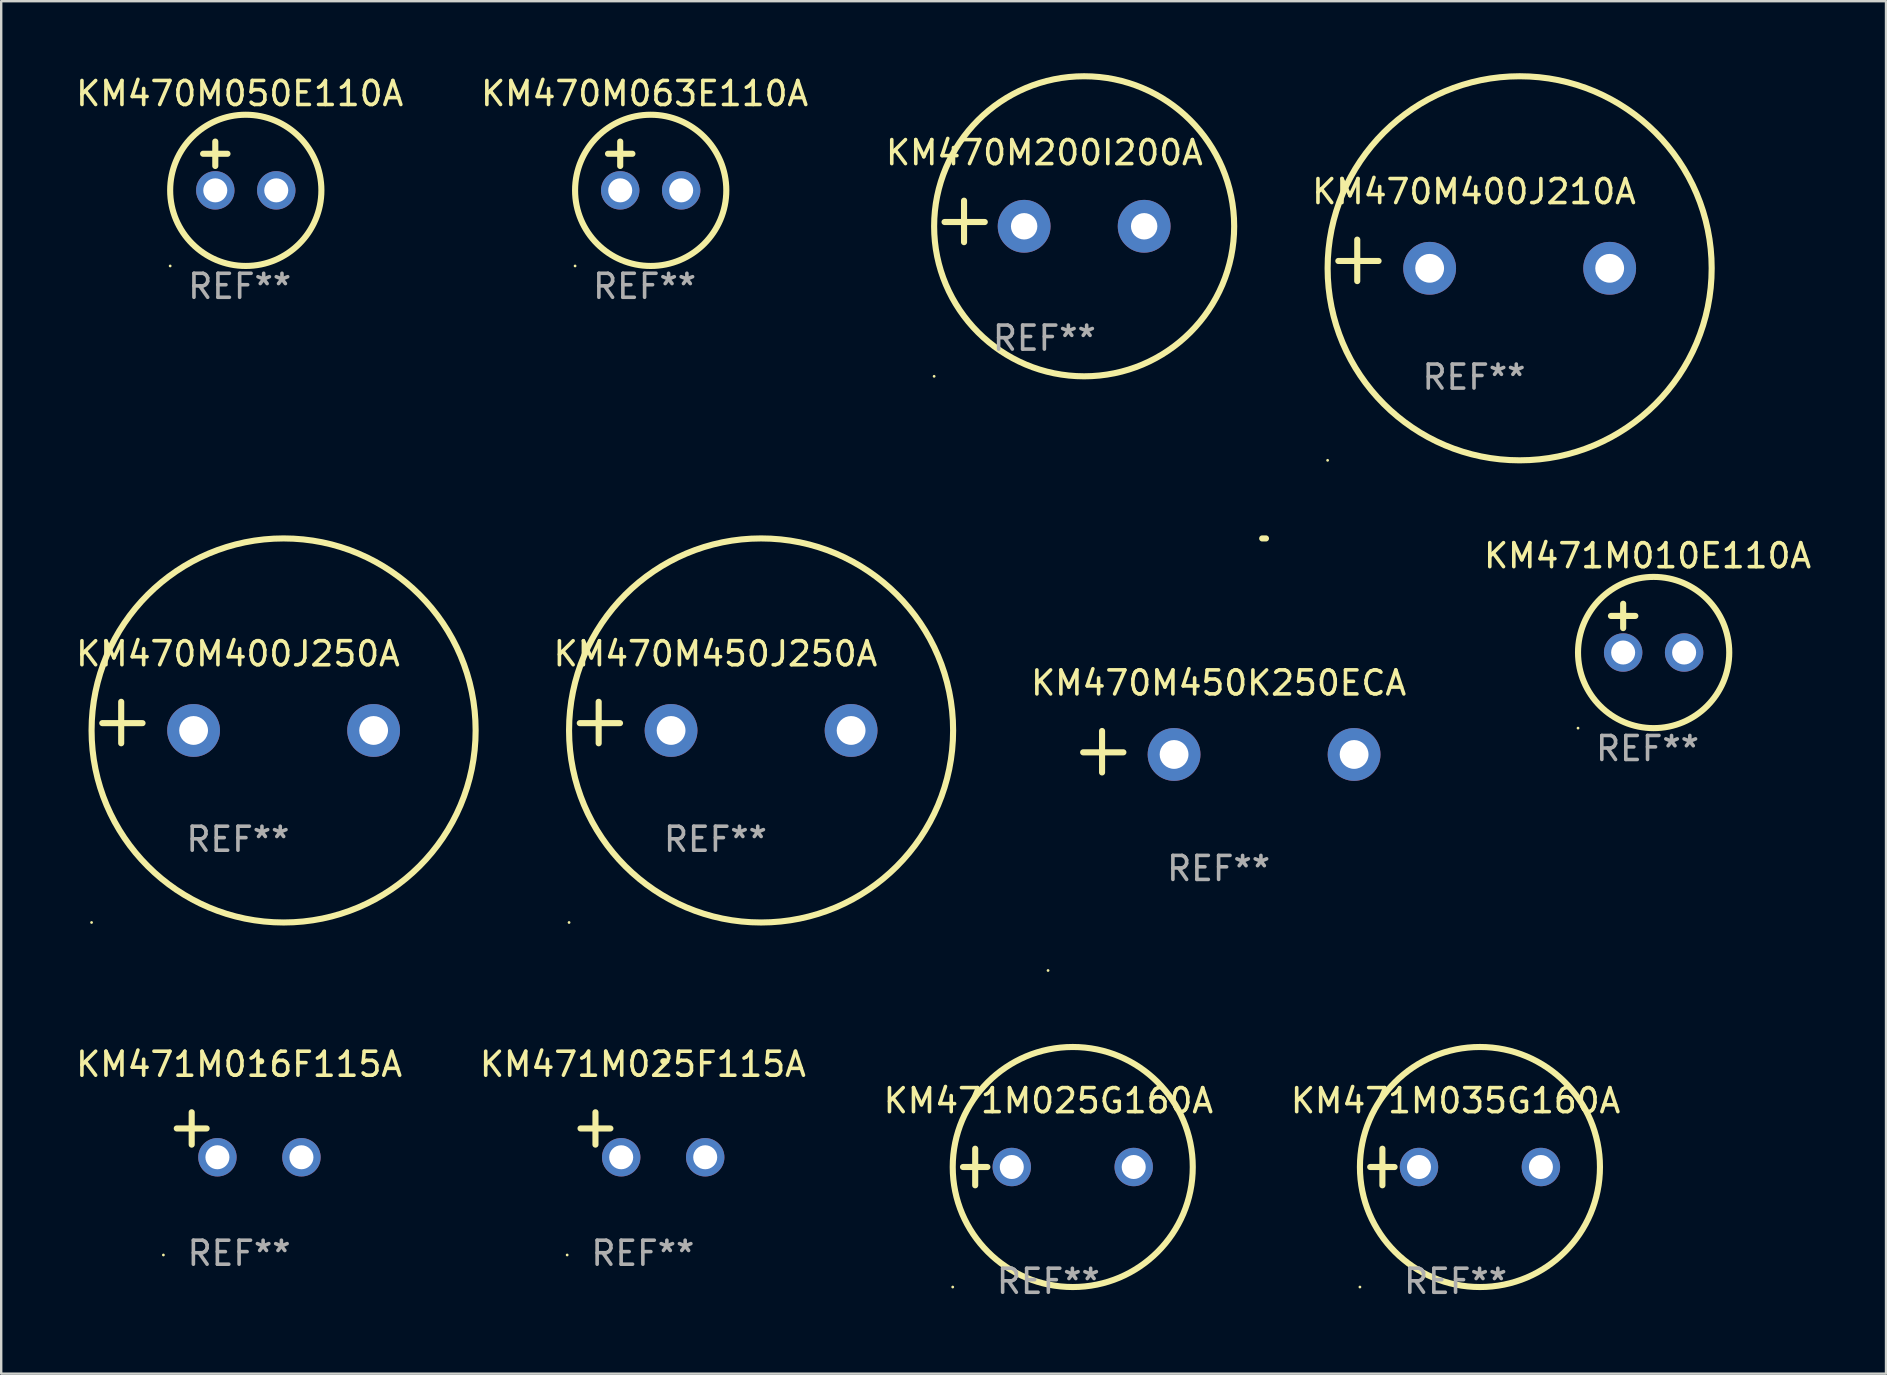
<source format=kicad_pcb>
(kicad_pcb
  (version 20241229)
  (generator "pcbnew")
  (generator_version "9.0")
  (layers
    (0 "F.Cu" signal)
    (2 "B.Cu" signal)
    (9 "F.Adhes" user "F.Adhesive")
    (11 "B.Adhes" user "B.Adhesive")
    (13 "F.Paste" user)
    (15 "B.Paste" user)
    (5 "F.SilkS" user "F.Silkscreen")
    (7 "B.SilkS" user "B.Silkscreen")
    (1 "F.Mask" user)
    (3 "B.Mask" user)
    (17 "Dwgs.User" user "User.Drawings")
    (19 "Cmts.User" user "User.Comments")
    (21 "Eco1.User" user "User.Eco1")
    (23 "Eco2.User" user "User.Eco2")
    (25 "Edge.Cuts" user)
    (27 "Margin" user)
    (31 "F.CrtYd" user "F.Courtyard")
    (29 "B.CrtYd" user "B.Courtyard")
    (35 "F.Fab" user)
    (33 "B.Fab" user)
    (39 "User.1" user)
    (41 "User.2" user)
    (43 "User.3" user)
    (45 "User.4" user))
  (footprint "KM470M200I200A"
    (layer "F.Cu")
    (at 40.458 6.174)
    (property "Reference" "KM470M200I200A" (at 0 -2.864 0) (layer "F.SilkS") (effects (font (size 1 1) (thickness 0.15))))
    (attr through_hole)
    (fp_line (start -3.346 0.864) (end -3.346 -0.864) (stroke (width 0.254) (type solid)) (layer "F.SilkS"))
    (fp_line (start -2.482 0.025) (end -4.158 0.025) (stroke (width 0.254) (type solid)) (layer "F.SilkS"))
    (fp_circle (center -4.592 6.453) (end -4.562 6.453) (stroke (width 0.06) (type solid)) (fill no) (layer "F.SilkS"))
    (fp_circle (center 1.658 0.203) (end 7.908 0.203) (stroke (width 0.254) (type solid)) (fill no) (layer "F.SilkS"))
    (fp_text user "REF**" (at 0 4.864 0) (layer "F.Fab") (effects (font (size 1 1) (thickness 0.15))))
    (pad "1" thru_hole circle (at -0.842 0.203) (size 2.2 2.2) (drill 1.1) (layers "*.Cu" "*.Mask"))
    (pad "2" thru_hole circle (at 4.158 0.203) (size 2.2 2.2) (drill 1.1) (layers "*.Cu" "*.Mask")))
  (footprint "KM470M450K250ECA"
    (layer "F.Cu")
    (at 47.718 28.267)
    (property "Reference" "KM470M450K250ECA" (at 0 -2.864 0) (layer "F.SilkS") (effects (font (size 1 1) (thickness 0.15))))
    (attr through_hole)
    (fp_line (start -4.856 0.864) (end -4.856 -0.864) (stroke (width 0.254) (type solid)) (layer "F.SilkS"))
    (fp_line (start -3.967 0.025) (end -5.644 0.025) (stroke (width 0.254) (type solid)) (layer "F.SilkS"))
    (fp_arc (start 1.815024 -8.885649) (mid 1.893764 -8.88599) (end 1.972504 -8.885649) (stroke (width 0.254001) (type solid)) (layer "F.SilkS"))
    (fp_circle (center -7.106 9.114) (end -7.076 9.114) (stroke (width 0.06) (type solid)) (fill no) (layer "F.SilkS"))
    (fp_text user "REF**" (at 0 4.864 0) (layer "F.Fab") (effects (font (size 1 1) (thickness 0.15))))
    (pad "1" thru_hole circle (at -1.856 0.114) (size 2.2 2.2) (drill 1.2) (layers "*.Cu" "*.Mask"))
    (pad "2" thru_hole circle (at 5.644 0.114) (size 2.2 2.2) (drill 1.2) (layers "*.Cu" "*.Mask")))
  (footprint "KM470M050E110A"
    (layer "F.Cu")
    (at 6.935 3.864)
    (property "Reference" "KM470M050E110A" (at 0 -3.016 0) (layer "F.SilkS") (effects (font (size 1 1) (thickness 0.15))))
    (attr through_hole)
    (fp_line (start -1.524 -0.508) (end -0.508 -0.508) (stroke (width 0.254) (type solid)) (layer "F.SilkS"))
    (fp_line (start -1.016 -1.016) (end -1.016 0) (stroke (width 0.254) (type solid)) (layer "F.SilkS"))
    (fp_circle (center -2.896 4.166) (end -2.866 4.166) (stroke (width 0.06) (type solid)) (fill no) (layer "F.SilkS"))
    (fp_circle (center 0.254 1.016) (end 3.404 1.016) (stroke (width 0.254) (type solid)) (fill no) (layer "F.SilkS"))
    (fp_text user "REF**" (at 0 5.016 0) (layer "F.Fab") (effects (font (size 1 1) (thickness 0.15))))
    (pad "1" thru_hole circle (at -1.016 1.016) (size 1.6 1.6) (drill 1) (layers "*.Cu" "*.Mask"))
    (pad "2" thru_hole circle (at 1.524 1.016) (size 1.6 1.6) (drill 1) (layers "*.Cu" "*.Mask")))
  (footprint "KM470M063E110A"
    (layer "F.Cu")
    (at 23.804 3.864)
    (property "Reference" "KM470M063E110A" (at 0 -3.016 0) (layer "F.SilkS") (effects (font (size 1 1) (thickness 0.15))))
    (attr through_hole)
    (fp_line (start -1.524 -0.508) (end -0.508 -0.508) (stroke (width 0.254) (type solid)) (layer "F.SilkS"))
    (fp_line (start -1.016 -1.016) (end -1.016 0) (stroke (width 0.254) (type solid)) (layer "F.SilkS"))
    (fp_circle (center -2.896 4.166) (end -2.866 4.166) (stroke (width 0.06) (type solid)) (fill no) (layer "F.SilkS"))
    (fp_circle (center 0.254 1.016) (end 3.404 1.016) (stroke (width 0.254) (type solid)) (fill no) (layer "F.SilkS"))
    (fp_text user "REF**" (at 0 5.016 0) (layer "F.Fab") (effects (font (size 1 1) (thickness 0.15))))
    (pad "1" thru_hole circle (at -1.016 1.016) (size 1.6 1.6) (drill 1) (layers "*.Cu" "*.Mask"))
    (pad "2" thru_hole circle (at 1.524 1.016) (size 1.6 1.6) (drill 1) (layers "*.Cu" "*.Mask")))
  (footprint "KM471M025G160A"
    (layer "F.Cu")
    (at 40.625 45.568)
    (property "Reference" "KM471M025G160A" (at 0 -2.762 0) (layer "F.SilkS") (effects (font (size 1 1) (thickness 0.15))))
    (attr through_hole)
    (fp_line (start -3.556 0) (end -2.54 0) (stroke (width 0.254) (type solid)) (layer "F.SilkS"))
    (fp_line (start -3.048 -0.762) (end -3.048 0.762) (stroke (width 0.254) (type solid)) (layer "F.SilkS"))
    (fp_circle (center -3.984 5) (end -3.954 5) (stroke (width 0.06) (type solid)) (fill no) (layer "F.SilkS"))
    (fp_circle (center 1.016 0) (end 6.016 0) (stroke (width 0.254) (type solid)) (fill no) (layer "F.SilkS"))
    (fp_text user "REF**" (at 0 4.762 0) (layer "F.Fab") (effects (font (size 1 1) (thickness 0.15))))
    (pad "1" thru_hole circle (at -1.524 0) (size 1.6 1.6) (drill 1) (layers "*.Cu" "*.Mask"))
    (pad "2" thru_hole circle (at 3.556 0) (size 1.6 1.6) (drill 1) (layers "*.Cu" "*.Mask")))
  (footprint "KM471M025F115A"
    (layer "F.Cu")
    (at 23.732 44.225)
    (property "Reference" "KM471M025F115A" (at 0 -2.937 0) (layer "F.SilkS") (effects (font (size 1 1) (thickness 0.15))))
    (attr through_hole)
    (fp_line (start -1.975 0.41) (end -1.975 -0.937) (stroke (width 0.254) (type solid)) (layer "F.SilkS"))
    (fp_line (start -1.353 -0.263) (end -2.597 -0.263) (stroke (width 0.254) (type solid)) (layer "F.SilkS"))
    (fp_arc (start 0.849809 -3.063957) (mid 0.885369 -3.064114) (end 0.920929 -3.063957) (stroke (width 0.254001) (type solid)) (layer "F.SilkS"))
    (fp_circle (center -3.154 5.008) (end -3.124 5.008) (stroke (width 0.06) (type solid)) (fill no) (layer "F.SilkS"))
    (fp_text user "REF**" (at 0 4.937 0) (layer "F.Fab") (effects (font (size 1 1) (thickness 0.15))))
    (pad "1" thru_hole circle (at -0.903 0.937) (size 1.6 1.6) (drill 1) (layers "*.Cu" "*.Mask"))
    (pad "2" thru_hole circle (at 2.597 0.937) (size 1.6 1.6) (drill 1) (layers "*.Cu" "*.Mask")))
  (footprint "KM470M400J210A"
    (layer "F.Cu")
    (at 58.357 7.797)
    (property "Reference" "KM470M400J210A" (at 0 -2.864 0) (layer "F.SilkS") (effects (font (size 1 1) (thickness 0.15))))
    (attr through_hole)
    (fp_line (start -4.864 0.864) (end -4.864 -0.864) (stroke (width 0.254) (type solid)) (layer "F.SilkS"))
    (fp_line (start -3.975 0.025) (end -5.652 0.025) (stroke (width 0.254) (type solid)) (layer "F.SilkS"))
    (fp_circle (center -6.098 8.33) (end -6.068 8.33) (stroke (width 0.06) (type solid)) (fill no) (layer "F.SilkS"))
    (fp_circle (center 1.902 0.33) (end 9.902 0.33) (stroke (width 0.254) (type solid)) (fill no) (layer "F.SilkS"))
    (fp_text user "REF**" (at 0 4.864 0) (layer "F.Fab") (effects (font (size 1 1) (thickness 0.15))))
    (pad "1" thru_hole circle (at -1.848 0.33) (size 2.2 2.2) (drill 1.2) (layers "*.Cu" "*.Mask"))
    (pad "2" thru_hole circle (at 5.652 0.33) (size 2.2 2.2) (drill 1.2) (layers "*.Cu" "*.Mask")))
  (footprint "KM471M010E110A"
    (layer "F.Cu")
    (at 65.587 23.118)
    (property "Reference" "KM471M010E110A" (at 0 -3.016 0) (layer "F.SilkS") (effects (font (size 1 1) (thickness 0.15))))
    (attr through_hole)
    (fp_line (start -1.524 -0.508) (end -0.508 -0.508) (stroke (width 0.254) (type solid)) (layer "F.SilkS"))
    (fp_line (start -1.016 -1.016) (end -1.016 0) (stroke (width 0.254) (type solid)) (layer "F.SilkS"))
    (fp_circle (center -2.896 4.166) (end -2.866 4.166) (stroke (width 0.06) (type solid)) (fill no) (layer "F.SilkS"))
    (fp_circle (center 0.254 1.016) (end 3.404 1.016) (stroke (width 0.254) (type solid)) (fill no) (layer "F.SilkS"))
    (fp_text user "REF**" (at 0 5.016 0) (layer "F.Fab") (effects (font (size 1 1) (thickness 0.15))))
    (pad "1" thru_hole circle (at -1.016 1.016) (size 1.6 1.6) (drill 1) (layers "*.Cu" "*.Mask"))
    (pad "2" thru_hole circle (at 1.524 1.016) (size 1.6 1.6) (drill 1) (layers "*.Cu" "*.Mask")))
  (footprint "KM471M016F115A"
    (layer "F.Cu")
    (at 6.911 44.225)
    (property "Reference" "KM471M016F115A" (at 0 -2.937 0) (layer "F.SilkS") (effects (font (size 1 1) (thickness 0.15))))
    (attr through_hole)
    (fp_line (start -1.975 0.41) (end -1.975 -0.937) (stroke (width 0.254) (type solid)) (layer "F.SilkS"))
    (fp_line (start -1.353 -0.263) (end -2.597 -0.263) (stroke (width 0.254) (type solid)) (layer "F.SilkS"))
    (fp_arc (start 0.849809 -3.063957) (mid 0.885369 -3.064114) (end 0.920929 -3.063957) (stroke (width 0.254001) (type solid)) (layer "F.SilkS"))
    (fp_circle (center -3.154 5.008) (end -3.124 5.008) (stroke (width 0.06) (type solid)) (fill no) (layer "F.SilkS"))
    (fp_text user "REF**" (at 0 4.937 0) (layer "F.Fab") (effects (font (size 1 1) (thickness 0.15))))
    (pad "1" thru_hole circle (at -0.903 0.937) (size 1.6 1.6) (drill 1) (layers "*.Cu" "*.Mask"))
    (pad "2" thru_hole circle (at 2.597 0.937) (size 1.6 1.6) (drill 1) (layers "*.Cu" "*.Mask")))
  (footprint "KM470M450J250A"
    (layer "F.Cu")
    (at 26.755 27.051)
    (property "Reference" "KM470M450J250A" (at 0 -2.864 0) (layer "F.SilkS") (effects (font (size 1 1) (thickness 0.15))))
    (attr through_hole)
    (fp_line (start -4.864 0.864) (end -4.864 -0.864) (stroke (width 0.254) (type solid)) (layer "F.SilkS"))
    (fp_line (start -3.975 0.025) (end -5.652 0.025) (stroke (width 0.254) (type solid)) (layer "F.SilkS"))
    (fp_circle (center -6.098 8.33) (end -6.068 8.33) (stroke (width 0.06) (type solid)) (fill no) (layer "F.SilkS"))
    (fp_circle (center 1.902 0.33) (end 9.902 0.33) (stroke (width 0.254) (type solid)) (fill no) (layer "F.SilkS"))
    (fp_text user "REF**" (at 0 4.864 0) (layer "F.Fab") (effects (font (size 1 1) (thickness 0.15))))
    (pad "1" thru_hole circle (at -1.848 0.33) (size 2.2 2.2) (drill 1.2) (layers "*.Cu" "*.Mask"))
    (pad "2" thru_hole circle (at 5.652 0.33) (size 2.2 2.2) (drill 1.2) (layers "*.Cu" "*.Mask")))
  (footprint "KM470M400J250A"
    (layer "F.Cu")
    (at 6.863 27.051)
    (property "Reference" "KM470M400J250A" (at 0 -2.864 0) (layer "F.SilkS") (effects (font (size 1 1) (thickness 0.15))))
    (attr through_hole)
    (fp_line (start -4.864 0.864) (end -4.864 -0.864) (stroke (width 0.254) (type solid)) (layer "F.SilkS"))
    (fp_line (start -3.975 0.025) (end -5.652 0.025) (stroke (width 0.254) (type solid)) (layer "F.SilkS"))
    (fp_circle (center -6.098 8.33) (end -6.068 8.33) (stroke (width 0.06) (type solid)) (fill no) (layer "F.SilkS"))
    (fp_circle (center 1.902 0.33) (end 9.902 0.33) (stroke (width 0.254) (type solid)) (fill no) (layer "F.SilkS"))
    (fp_text user "REF**" (at 0 4.864 0) (layer "F.Fab") (effects (font (size 1 1) (thickness 0.15))))
    (pad "1" thru_hole circle (at -1.848 0.33) (size 2.2 2.2) (drill 1.2) (layers "*.Cu" "*.Mask"))
    (pad "2" thru_hole circle (at 5.652 0.33) (size 2.2 2.2) (drill 1.2) (layers "*.Cu" "*.Mask")))
  (footprint "KM471M035G160A"
    (layer "F.Cu")
    (at 57.589 45.568)
    (property "Reference" "KM471M035G160A" (at 0 -2.762 0) (layer "F.SilkS") (effects (font (size 1 1) (thickness 0.15))))
    (attr through_hole)
    (fp_line (start -3.556 0) (end -2.54 0) (stroke (width 0.254) (type solid)) (layer "F.SilkS"))
    (fp_line (start -3.048 -0.762) (end -3.048 0.762) (stroke (width 0.254) (type solid)) (layer "F.SilkS"))
    (fp_circle (center -3.984 5) (end -3.954 5) (stroke (width 0.06) (type solid)) (fill no) (layer "F.SilkS"))
    (fp_circle (center 1.016 0) (end 6.016 0) (stroke (width 0.254) (type solid)) (fill no) (layer "F.SilkS"))
    (fp_text user "REF**" (at 0 4.762 0) (layer "F.Fab") (effects (font (size 1 1) (thickness 0.15))))
    (pad "1" thru_hole circle (at -1.524 0) (size 1.6 1.6) (drill 1) (layers "*.Cu" "*.Mask"))
    (pad "2" thru_hole circle (at 3.556 0) (size 1.6 1.6) (drill 1) (layers "*.Cu" "*.Mask")))
  (gr_rect
    (start -3 -3)
    (end 75.522 54.178)
    (stroke (width 0.1) (type default))
    (fill no)
    (layer "Edge.Cuts")))
</source>
